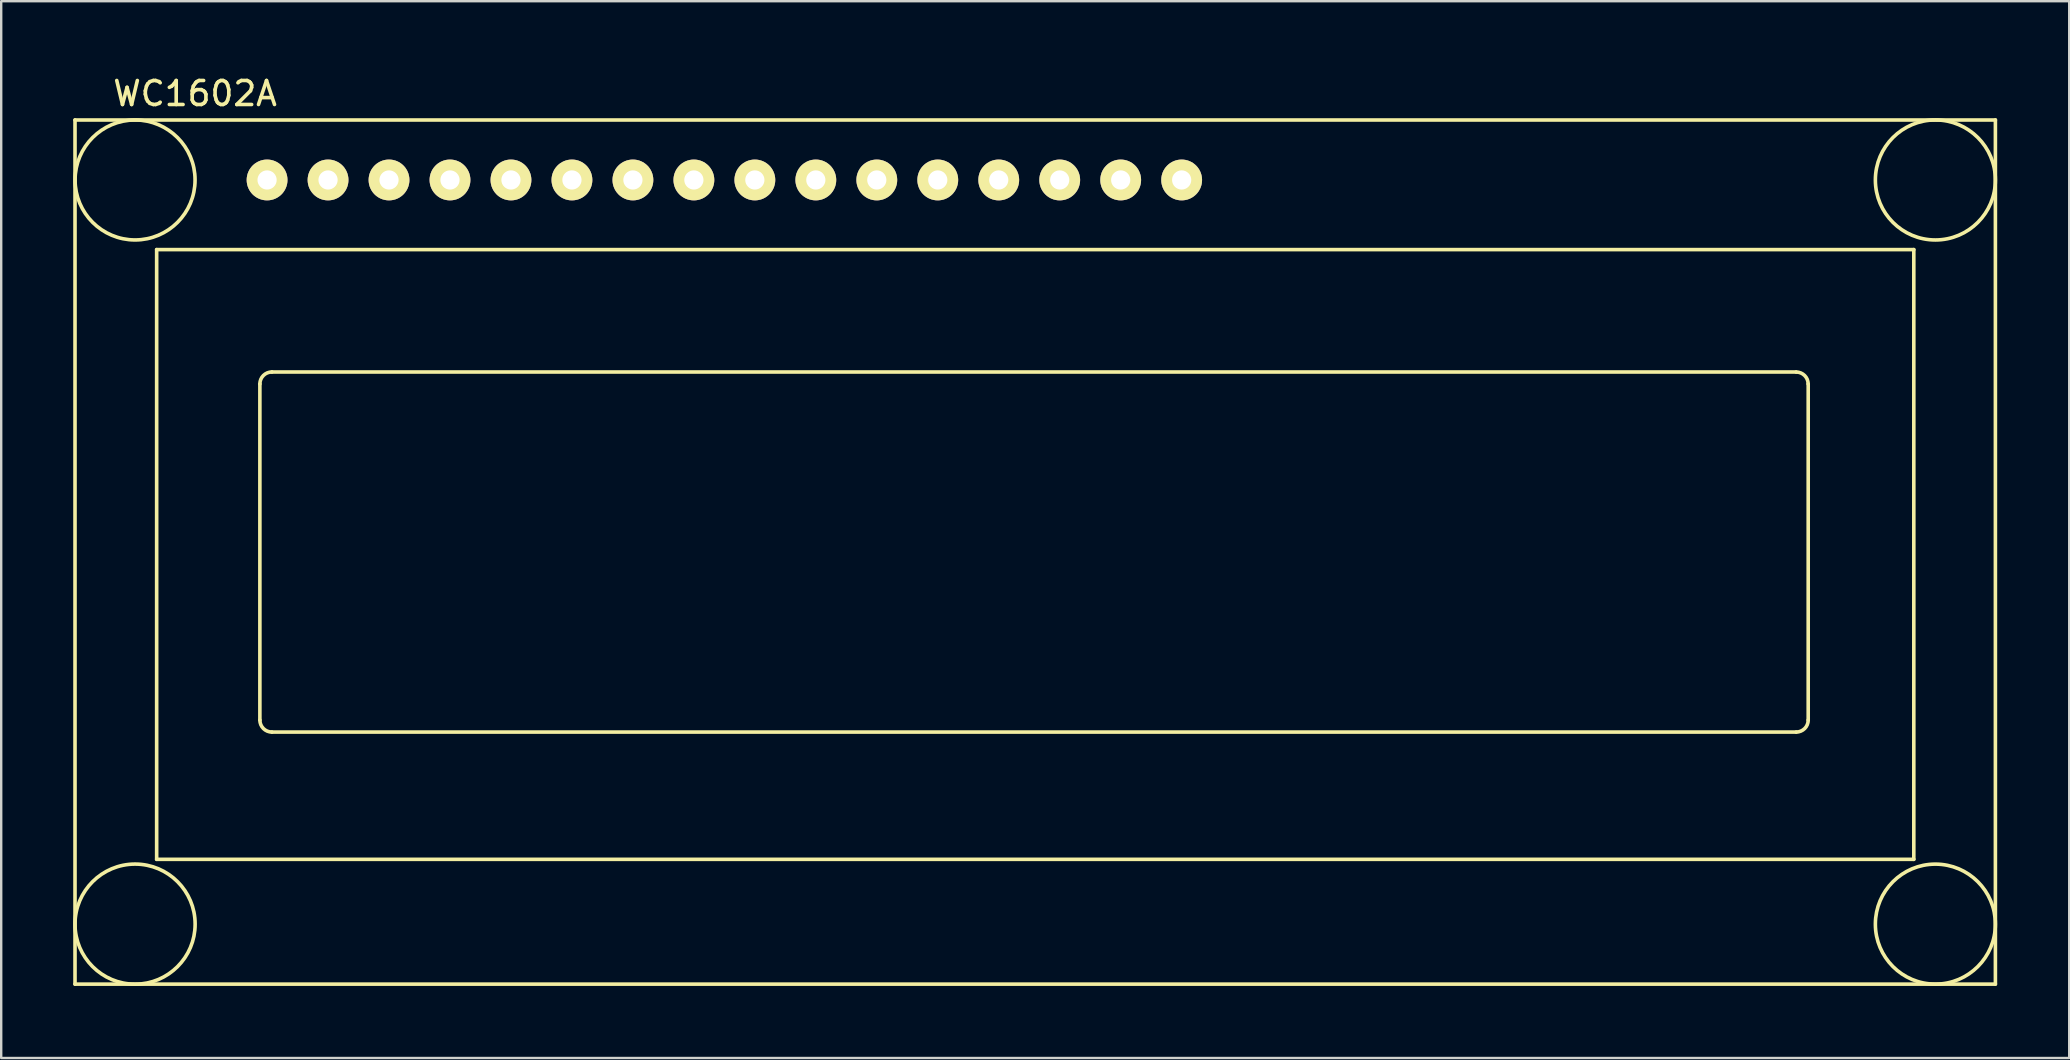
<source format=kicad_pcb>
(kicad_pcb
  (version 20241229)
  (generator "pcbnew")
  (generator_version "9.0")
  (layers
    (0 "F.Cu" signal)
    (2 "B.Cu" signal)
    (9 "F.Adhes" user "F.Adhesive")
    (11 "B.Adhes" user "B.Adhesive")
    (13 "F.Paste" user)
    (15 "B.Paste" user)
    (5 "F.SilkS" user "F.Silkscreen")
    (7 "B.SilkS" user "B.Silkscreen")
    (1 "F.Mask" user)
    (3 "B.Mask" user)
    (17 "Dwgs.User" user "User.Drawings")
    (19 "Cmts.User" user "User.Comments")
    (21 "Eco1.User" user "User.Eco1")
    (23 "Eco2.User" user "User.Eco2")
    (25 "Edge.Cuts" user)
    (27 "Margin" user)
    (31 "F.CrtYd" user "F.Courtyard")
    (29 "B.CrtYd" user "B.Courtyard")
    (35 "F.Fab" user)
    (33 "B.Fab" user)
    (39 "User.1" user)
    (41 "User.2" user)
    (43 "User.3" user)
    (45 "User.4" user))
  (footprint "WC1602A"
    (layer "F.Cu")
    (at 8.076 4.447)
    (property "Reference" "WC1602A" (at -3 -3.599 0) (layer "F.SilkS") (effects (font (size 1 1) (thickness 0.15))))
    (attr through_hole)
    (fp_line (start -8.001 -2.499) (end 71.999 -2.499) (stroke (width 0.15) (type solid)) (layer "F.SilkS"))
    (fp_line (start -8.001 33.5) (end -8.001 -2.499) (stroke (width 0.15) (type solid)) (layer "F.SilkS"))
    (fp_line (start -4.6 2.901) (end 68.6 2.901) (stroke (width 0.15) (type solid)) (layer "F.SilkS"))
    (fp_line (start -4.6 28.301) (end -4.6 2.901) (stroke (width 0.15) (type solid)) (layer "F.SilkS"))
    (fp_line (start -0.3 22.499) (end -0.3 8.499) (stroke (width 0.15) (type solid)) (layer "F.SilkS"))
    (fp_line (start 0.201 8.001) (end 63.701 8.001) (stroke (width 0.15) (type solid)) (layer "F.SilkS"))
    (fp_line (start 63.701 23) (end 0.201 23) (stroke (width 0.15) (type solid)) (layer "F.SilkS"))
    (fp_line (start 64.201 8.499) (end 64.201 22.499) (stroke (width 0.15) (type solid)) (layer "F.SilkS"))
    (fp_line (start 68.6 2.901) (end 68.6 28.301) (stroke (width 0.15) (type solid)) (layer "F.SilkS"))
    (fp_line (start 68.6 28.301) (end -4.6 28.301) (stroke (width 0.15) (type solid)) (layer "F.SilkS"))
    (fp_line (start 71.999 -2.499) (end 71.999 33.5) (stroke (width 0.15) (type solid)) (layer "F.SilkS"))
    (fp_line (start 71.999 33.5) (end -8.001 33.5) (stroke (width 0.15) (type solid)) (layer "F.SilkS"))
    (fp_arc (start -0.29972 8.49884) (mid -0.153162 8.145018) (end 0.20066 7.99846) (stroke (width 0.15) (type solid)) (layer "F.SilkS"))
    (fp_arc (start 0.20066 22.9997) (mid -0.153162 22.853142) (end -0.29972 22.49932) (stroke (width 0.15) (type solid)) (layer "F.SilkS"))
    (fp_arc (start 63.70066 8.001) (mid 64.052686 8.146814) (end 64.1985 8.49884) (stroke (width 0.15) (type solid)) (layer "F.SilkS"))
    (fp_arc (start 64.20104 22.49932) (mid 64.054482 22.853142) (end 63.70066 22.9997) (stroke (width 0.15) (type solid)) (layer "F.SilkS"))
    (fp_circle (center -5.499 0) (end -3 0) (stroke (width 0.15) (type solid)) (fill no) (layer "F.SilkS"))
    (fp_circle (center -5.499 31.001) (end -8.001 31.001) (stroke (width 0.15) (type solid)) (fill no) (layer "F.SilkS"))
    (fp_circle (center 69.499 0) (end 71.999 0) (stroke (width 0.15) (type solid)) (fill no) (layer "F.SilkS"))
    (fp_circle (center 69.499 31.001) (end 71.999 31.001) (stroke (width 0.15) (type solid)) (fill no) (layer "F.SilkS"))
    (pad "1" thru_hole circle (at 0 0) (size 1.7 1.7) (drill 0.8) (layers "*.Cu" "*.Mask" "F.SilkS"))
    (pad "2" thru_hole circle (at 2.54 0) (size 1.7 1.7) (drill 0.8) (layers "*.Cu" "*.Mask" "F.SilkS"))
    (pad "3" thru_hole circle (at 5.08 0) (size 1.7 1.7) (drill 0.8) (layers "*.Cu" "*.Mask" "F.SilkS"))
    (pad "4" thru_hole circle (at 7.62 0) (size 1.7 1.7) (drill 0.8) (layers "*.Cu" "*.Mask" "F.SilkS"))
    (pad "5" thru_hole circle (at 10.16 0) (size 1.7 1.7) (drill 0.8) (layers "*.Cu" "*.Mask" "F.SilkS"))
    (pad "6" thru_hole circle (at 12.7 0) (size 1.7 1.7) (drill 0.8) (layers "*.Cu" "*.Mask" "F.SilkS"))
    (pad "7" thru_hole circle (at 15.24 0) (size 1.7 1.7) (drill 0.8) (layers "*.Cu" "*.Mask" "F.SilkS"))
    (pad "8" thru_hole circle (at 17.78 0) (size 1.7 1.7) (drill 0.8) (layers "*.Cu" "*.Mask" "F.SilkS"))
    (pad "9" thru_hole circle (at 20.32 0) (size 1.7 1.7) (drill 0.8) (layers "*.Cu" "*.Mask" "F.SilkS"))
    (pad "10" thru_hole circle (at 22.86 0) (size 1.7 1.7) (drill 0.8) (layers "*.Cu" "*.Mask" "F.SilkS"))
    (pad "11" thru_hole circle (at 25.4 0) (size 1.7 1.7) (drill 0.8) (layers "*.Cu" "*.Mask" "F.SilkS"))
    (pad "12" thru_hole circle (at 27.94 0) (size 1.7 1.7) (drill 0.8) (layers "*.Cu" "*.Mask" "F.SilkS"))
    (pad "13" thru_hole circle (at 30.48 0) (size 1.7 1.7) (drill 0.8) (layers "*.Cu" "*.Mask" "F.SilkS"))
    (pad "14" thru_hole circle (at 33.02 0) (size 1.7 1.7) (drill 0.8) (layers "*.Cu" "*.Mask" "F.SilkS"))
    (pad "15" thru_hole circle (at 35.56 0) (size 1.7 1.7) (drill 0.8) (layers "*.Cu" "*.Mask" "F.SilkS"))
    (pad "16" thru_hole circle (at 38.1 0) (size 1.7 1.7) (drill 0.8) (layers "*.Cu" "*.Mask" "F.SilkS")))
  (gr_rect
    (start -3 -3)
    (end 83.15 41.025)
    (stroke (width 0.1) (type default))
    (fill no)
    (layer "Edge.Cuts")))
</source>
